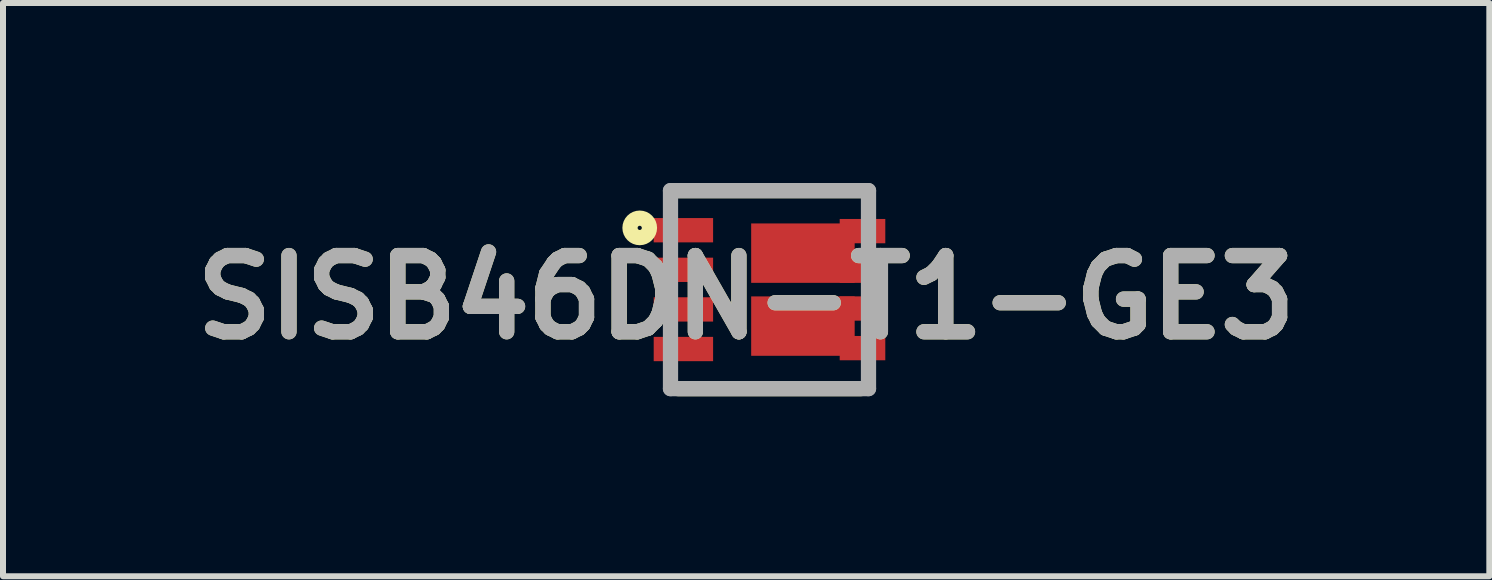
<source format=kicad_pcb>
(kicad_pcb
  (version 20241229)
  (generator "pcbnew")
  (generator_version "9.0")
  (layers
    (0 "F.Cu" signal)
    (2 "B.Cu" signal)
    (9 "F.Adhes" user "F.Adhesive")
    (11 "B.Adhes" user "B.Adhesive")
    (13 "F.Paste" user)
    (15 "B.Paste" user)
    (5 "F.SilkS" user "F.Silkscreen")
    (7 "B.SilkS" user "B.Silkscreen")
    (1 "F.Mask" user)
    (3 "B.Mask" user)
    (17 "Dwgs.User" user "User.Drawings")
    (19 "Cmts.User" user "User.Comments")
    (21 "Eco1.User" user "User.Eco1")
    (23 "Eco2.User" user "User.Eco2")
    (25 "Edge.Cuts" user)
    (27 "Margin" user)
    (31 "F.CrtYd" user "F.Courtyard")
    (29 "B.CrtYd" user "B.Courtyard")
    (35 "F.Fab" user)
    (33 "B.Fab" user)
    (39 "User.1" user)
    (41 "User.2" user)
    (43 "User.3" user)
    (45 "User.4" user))
  (footprint "SISB46DN-T1-GE3"
    (layer "F.Cu")
    (at 9.775 1.777)
    (property "Reference" "SISB46DN-T1-GE3" (at -0.389 0.128 0) (layer "F.SilkS") (effects (font (size 1.27 1.27) (thickness 0.254))))
    (attr smd)
    (fp_line (start -1.525 -1.65) (end 1.525 -1.65) (stroke (width 0.254) (type solid)) (layer "F.SilkS"))
    (fp_line (start -1.525 1.65) (end 1.525 1.65) (stroke (width 0.254) (type solid)) (layer "F.SilkS"))
    (fp_circle (center -2.163 -1.029) (end -2.163 -0.994) (stroke (width 0.254) (type solid)) (fill no) (layer "F.SilkS"))
    (fp_line (start -1.65 -1.65) (end 1.65 -1.65) (stroke (width 0.254) (type solid)) (layer "F.Fab"))
    (fp_line (start -1.65 1.65) (end -1.65 -1.65) (stroke (width 0.254) (type solid)) (layer "F.Fab"))
    (fp_line (start 1.65 -1.65) (end 1.65 1.65) (stroke (width 0.254) (type solid)) (layer "F.Fab"))
    (fp_line (start 1.65 1.65) (end -1.65 1.65) (stroke (width 0.254) (type solid)) (layer "F.Fab"))
    (fp_text user "${REFERENCE}" (at -0.389 0.128 0) (layer "F.Fab") (effects (font (size 1.27 1.27) (thickness 0.254))))
    (pad "1" smd rect (at -1.435 -0.99 90) (size 0.405 0.99) (layers "F.Cu" "F.Mask" "F.Paste"))
    (pad "2" smd rect (at -1.435 -0.33 90) (size 0.405 0.99) (layers "F.Cu" "F.Mask" "F.Paste"))
    (pad "3" smd rect (at -1.435 0.33 90) (size 0.405 0.99) (layers "F.Cu" "F.Mask" "F.Paste"))
    (pad "4" smd rect (at -1.435 0.99 90) (size 0.405 0.99) (layers "F.Cu" "F.Mask" "F.Paste"))
    (pad "5" smd rect (at 1.55 0.975 90) (size 0.405 0.76) (layers "F.Cu" "F.Mask" "F.Paste"))
    (pad "6" smd rect (at 1.55 0.315 90) (size 0.405 0.76) (layers "F.Cu" "F.Mask" "F.Paste"))
    (pad "7" smd rect (at 1.55 -0.315 90) (size 0.405 0.76) (layers "F.Cu" "F.Mask" "F.Paste"))
    (pad "8" smd rect (at 1.55 -0.975 90) (size 0.405 0.76) (layers "F.Cu" "F.Mask" "F.Paste"))
    (pad "9" smd rect (at 0.557 -0.608 90) (size 0.99 1.725) (layers "F.Cu" "F.Mask" "F.Paste"))
    (pad "10" smd rect (at 0.557 0.608 90) (size 0.99 1.725) (layers "F.Cu" "F.Mask" "F.Paste")))
  (gr_rect
    (start -3 -3)
    (end 21.772 6.554)
    (stroke (width 0.1) (type default))
    (fill no)
    (layer "Edge.Cuts")))
</source>
